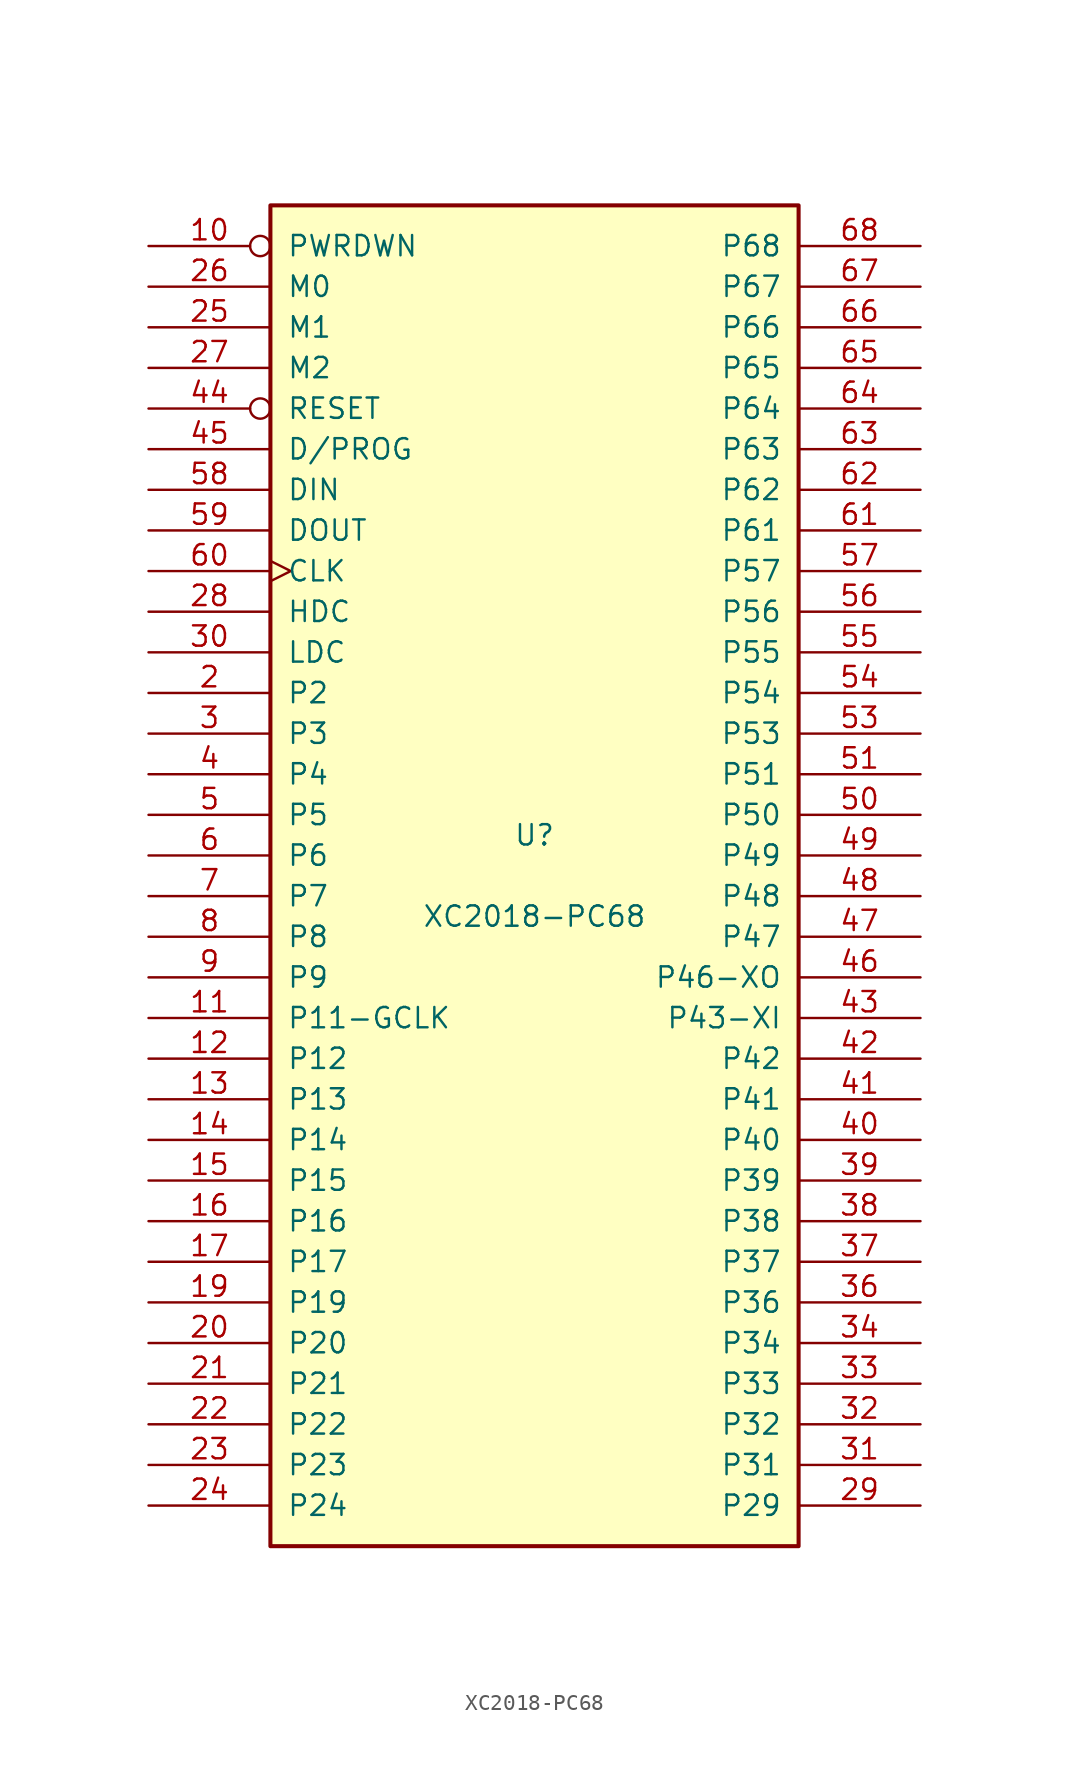
<source format=kicad_sym>
(kicad_symbol_lib
  (version 20201005)
  (generator kicad_symbol_editor)
  (symbol "FPGA_Xilinx:XC2018-PC68"
    (pin_names
      (offset 1.016))
    (property "Reference" "U"
      (at 0 2.54 0)
      (effects (font (size 1.27 1.27))))
    (property "Value" "XC2018-PC68"
      (at 0 -2.54 0)
      (effects (font (size 1.27 1.27))))
    (symbol "XC2018-PC68_0_1"
      (rectangle (start -16.51 -41.91) (end 16.51 41.91) (stroke (width 0.254)) (fill (type background))))
    (symbol "XC2018-PC68_1_1"
      (pin power_in line (at -3.81 -41.91 90) (length 0) hide (name "GND" (effects (font (size 1.27 1.27)))) (number "1" (effects (font (size 1.27 1.27)))))
      (pin input inverted (at -24.13 39.37 0) (length 7.62) (name "PWRDWN" (effects (font (size 1.27 1.27)))) (number "10" (effects (font (size 1.27 1.27)))))
      (pin passive line (at -24.13 -8.89 0) (length 7.62) (name "P11-GCLK" (effects (font (size 1.27 1.27)))) (number "11" (effects (font (size 1.27 1.27)))))
      (pin passive line (at -24.13 -11.43 0) (length 7.62) (name "P12" (effects (font (size 1.27 1.27)))) (number "12" (effects (font (size 1.27 1.27)))))
      (pin passive line (at -24.13 -13.97 0) (length 7.62) (name "P13" (effects (font (size 1.27 1.27)))) (number "13" (effects (font (size 1.27 1.27)))))
      (pin passive line (at -24.13 -16.51 0) (length 7.62) (name "P14" (effects (font (size 1.27 1.27)))) (number "14" (effects (font (size 1.27 1.27)))))
      (pin passive line (at -24.13 -19.05 0) (length 7.62) (name "P15" (effects (font (size 1.27 1.27)))) (number "15" (effects (font (size 1.27 1.27)))))
      (pin passive line (at -24.13 -21.59 0) (length 7.62) (name "P16" (effects (font (size 1.27 1.27)))) (number "16" (effects (font (size 1.27 1.27)))))
      (pin passive line (at -24.13 -24.13 0) (length 7.62) (name "P17" (effects (font (size 1.27 1.27)))) (number "17" (effects (font (size 1.27 1.27)))))
      (pin power_in line (at 1.27 41.91 270) (length 0) hide (name "VCC" (effects (font (size 1.27 1.27)))) (number "18" (effects (font (size 1.27 1.27)))))
      (pin passive line (at -24.13 -26.67 0) (length 7.62) (name "P19" (effects (font (size 1.27 1.27)))) (number "19" (effects (font (size 1.27 1.27)))))
      (pin passive line (at -24.13 11.43 0) (length 7.62) (name "P2" (effects (font (size 1.27 1.27)))) (number "2" (effects (font (size 1.27 1.27)))))
      (pin passive line (at -24.13 -29.21 0) (length 7.62) (name "P20" (effects (font (size 1.27 1.27)))) (number "20" (effects (font (size 1.27 1.27)))))
      (pin passive line (at -24.13 -31.75 0) (length 7.62) (name "P21" (effects (font (size 1.27 1.27)))) (number "21" (effects (font (size 1.27 1.27)))))
      (pin passive line (at -24.13 -34.29 0) (length 7.62) (name "P22" (effects (font (size 1.27 1.27)))) (number "22" (effects (font (size 1.27 1.27)))))
      (pin passive line (at -24.13 -36.83 0) (length 7.62) (name "P23" (effects (font (size 1.27 1.27)))) (number "23" (effects (font (size 1.27 1.27)))))
      (pin passive line (at -24.13 -39.37 0) (length 7.62) (name "P24" (effects (font (size 1.27 1.27)))) (number "24" (effects (font (size 1.27 1.27)))))
      (pin input line (at -24.13 34.29 0) (length 7.62) (name "M1" (effects (font (size 1.27 1.27)))) (number "25" (effects (font (size 1.27 1.27)))))
      (pin input line (at -24.13 36.83 0) (length 7.62) (name "M0" (effects (font (size 1.27 1.27)))) (number "26" (effects (font (size 1.27 1.27)))))
      (pin bidirectional line (at -24.13 31.75 0) (length 7.62) (name "M2" (effects (font (size 1.27 1.27)))) (number "27" (effects (font (size 1.27 1.27)))))
      (pin output line (at -24.13 16.51 0) (length 7.62) (name "HDC" (effects (font (size 1.27 1.27)))) (number "28" (effects (font (size 1.27 1.27)))))
      (pin passive line (at 24.13 -39.37 180) (length 7.62) (name "P29" (effects (font (size 1.27 1.27)))) (number "29" (effects (font (size 1.27 1.27)))))
      (pin passive line (at -24.13 8.89 0) (length 7.62) (name "P3" (effects (font (size 1.27 1.27)))) (number "3" (effects (font (size 1.27 1.27)))))
      (pin output line (at -24.13 13.97 0) (length 7.62) (name "LDC" (effects (font (size 1.27 1.27)))) (number "30" (effects (font (size 1.27 1.27)))))
      (pin passive line (at 24.13 -36.83 180) (length 7.62) (name "P31" (effects (font (size 1.27 1.27)))) (number "31" (effects (font (size 1.27 1.27)))))
      (pin passive line (at 24.13 -34.29 180) (length 7.62) (name "P32" (effects (font (size 1.27 1.27)))) (number "32" (effects (font (size 1.27 1.27)))))
      (pin passive line (at 24.13 -31.75 180) (length 7.62) (name "P33" (effects (font (size 1.27 1.27)))) (number "33" (effects (font (size 1.27 1.27)))))
      (pin passive line (at 24.13 -29.21 180) (length 7.62) (name "P34" (effects (font (size 1.27 1.27)))) (number "34" (effects (font (size 1.27 1.27)))))
      (pin power_in line (at -1.27 -41.91 90) (length 0) hide (name "GND" (effects (font (size 1.27 1.27)))) (number "35" (effects (font (size 1.27 1.27)))))
      (pin passive line (at 24.13 -26.67 180) (length 7.62) (name "P36" (effects (font (size 1.27 1.27)))) (number "36" (effects (font (size 1.27 1.27)))))
      (pin passive line (at 24.13 -24.13 180) (length 7.62) (name "P37" (effects (font (size 1.27 1.27)))) (number "37" (effects (font (size 1.27 1.27)))))
      (pin passive line (at 24.13 -21.59 180) (length 7.62) (name "P38" (effects (font (size 1.27 1.27)))) (number "38" (effects (font (size 1.27 1.27)))))
      (pin passive line (at 24.13 -19.05 180) (length 7.62) (name "P39" (effects (font (size 1.27 1.27)))) (number "39" (effects (font (size 1.27 1.27)))))
      (pin passive line (at -24.13 6.35 0) (length 7.62) (name "P4" (effects (font (size 1.27 1.27)))) (number "4" (effects (font (size 1.27 1.27)))))
      (pin passive line (at 24.13 -16.51 180) (length 7.62) (name "P40" (effects (font (size 1.27 1.27)))) (number "40" (effects (font (size 1.27 1.27)))))
      (pin passive line (at 24.13 -13.97 180) (length 7.62) (name "P41" (effects (font (size 1.27 1.27)))) (number "41" (effects (font (size 1.27 1.27)))))
      (pin passive line (at 24.13 -11.43 180) (length 7.62) (name "P42" (effects (font (size 1.27 1.27)))) (number "42" (effects (font (size 1.27 1.27)))))
      (pin passive line (at 24.13 -8.89 180) (length 7.62) (name "P43-XI" (effects (font (size 1.27 1.27)))) (number "43" (effects (font (size 1.27 1.27)))))
      (pin input inverted (at -24.13 29.21 0) (length 7.62) (name "RESET" (effects (font (size 1.27 1.27)))) (number "44" (effects (font (size 1.27 1.27)))))
      (pin bidirectional line (at -24.13 26.67 0) (length 7.62) (name "D/PROG" (effects (font (size 1.27 1.27)))) (number "45" (effects (font (size 1.27 1.27)))))
      (pin passive line (at 24.13 -6.35 180) (length 7.62) (name "P46-XO" (effects (font (size 1.27 1.27)))) (number "46" (effects (font (size 1.27 1.27)))))
      (pin passive line (at 24.13 -3.81 180) (length 7.62) (name "P47" (effects (font (size 1.27 1.27)))) (number "47" (effects (font (size 1.27 1.27)))))
      (pin passive line (at 24.13 -1.27 180) (length 7.62) (name "P48" (effects (font (size 1.27 1.27)))) (number "48" (effects (font (size 1.27 1.27)))))
      (pin passive line (at 24.13 1.27 180) (length 7.62) (name "P49" (effects (font (size 1.27 1.27)))) (number "49" (effects (font (size 1.27 1.27)))))
      (pin passive line (at -24.13 3.81 0) (length 7.62) (name "P5" (effects (font (size 1.27 1.27)))) (number "5" (effects (font (size 1.27 1.27)))))
      (pin passive line (at 24.13 3.81 180) (length 7.62) (name "P50" (effects (font (size 1.27 1.27)))) (number "50" (effects (font (size 1.27 1.27)))))
      (pin passive line (at 24.13 6.35 180) (length 7.62) (name "P51" (effects (font (size 1.27 1.27)))) (number "51" (effects (font (size 1.27 1.27)))))
      (pin power_in line (at -1.27 41.91 270) (length 0) hide (name "VCC" (effects (font (size 1.27 1.27)))) (number "52" (effects (font (size 1.27 1.27)))))
      (pin passive line (at 24.13 8.89 180) (length 7.62) (name "P53" (effects (font (size 1.27 1.27)))) (number "53" (effects (font (size 1.27 1.27)))))
      (pin passive line (at 24.13 11.43 180) (length 7.62) (name "P54" (effects (font (size 1.27 1.27)))) (number "54" (effects (font (size 1.27 1.27)))))
      (pin passive line (at 24.13 13.97 180) (length 7.62) (name "P55" (effects (font (size 1.27 1.27)))) (number "55" (effects (font (size 1.27 1.27)))))
      (pin passive line (at 24.13 16.51 180) (length 7.62) (name "P56" (effects (font (size 1.27 1.27)))) (number "56" (effects (font (size 1.27 1.27)))))
      (pin passive line (at 24.13 19.05 180) (length 7.62) (name "P57" (effects (font (size 1.27 1.27)))) (number "57" (effects (font (size 1.27 1.27)))))
      (pin bidirectional line (at -24.13 24.13 0) (length 7.62) (name "DIN" (effects (font (size 1.27 1.27)))) (number "58" (effects (font (size 1.27 1.27)))))
      (pin bidirectional line (at -24.13 21.59 0) (length 7.62) (name "DOUT" (effects (font (size 1.27 1.27)))) (number "59" (effects (font (size 1.27 1.27)))))
      (pin passive line (at -24.13 1.27 0) (length 7.62) (name "P6" (effects (font (size 1.27 1.27)))) (number "6" (effects (font (size 1.27 1.27)))))
      (pin input clock (at -24.13 19.05 0) (length 7.62) (name "CLK" (effects (font (size 1.27 1.27)))) (number "60" (effects (font (size 1.27 1.27)))))
      (pin passive line (at 24.13 21.59 180) (length 7.62) (name "P61" (effects (font (size 1.27 1.27)))) (number "61" (effects (font (size 1.27 1.27)))))
      (pin passive line (at 24.13 24.13 180) (length 7.62) (name "P62" (effects (font (size 1.27 1.27)))) (number "62" (effects (font (size 1.27 1.27)))))
      (pin passive line (at 24.13 26.67 180) (length 7.62) (name "P63" (effects (font (size 1.27 1.27)))) (number "63" (effects (font (size 1.27 1.27)))))
      (pin passive line (at 24.13 29.21 180) (length 7.62) (name "P64" (effects (font (size 1.27 1.27)))) (number "64" (effects (font (size 1.27 1.27)))))
      (pin passive line (at 24.13 31.75 180) (length 7.62) (name "P65" (effects (font (size 1.27 1.27)))) (number "65" (effects (font (size 1.27 1.27)))))
      (pin passive line (at 24.13 34.29 180) (length 7.62) (name "P66" (effects (font (size 1.27 1.27)))) (number "66" (effects (font (size 1.27 1.27)))))
      (pin passive line (at 24.13 36.83 180) (length 7.62) (name "P67" (effects (font (size 1.27 1.27)))) (number "67" (effects (font (size 1.27 1.27)))))
      (pin passive line (at 24.13 39.37 180) (length 7.62) (name "P68" (effects (font (size 1.27 1.27)))) (number "68" (effects (font (size 1.27 1.27)))))
      (pin passive line (at -24.13 -1.27 0) (length 7.62) (name "P7" (effects (font (size 1.27 1.27)))) (number "7" (effects (font (size 1.27 1.27)))))
      (pin passive line (at -24.13 -3.81 0) (length 7.62) (name "P8" (effects (font (size 1.27 1.27)))) (number "8" (effects (font (size 1.27 1.27)))))
      (pin passive line (at -24.13 -6.35 0) (length 7.62) (name "P9" (effects (font (size 1.27 1.27)))) (number "9" (effects (font (size 1.27 1.27))))))))
</source>
